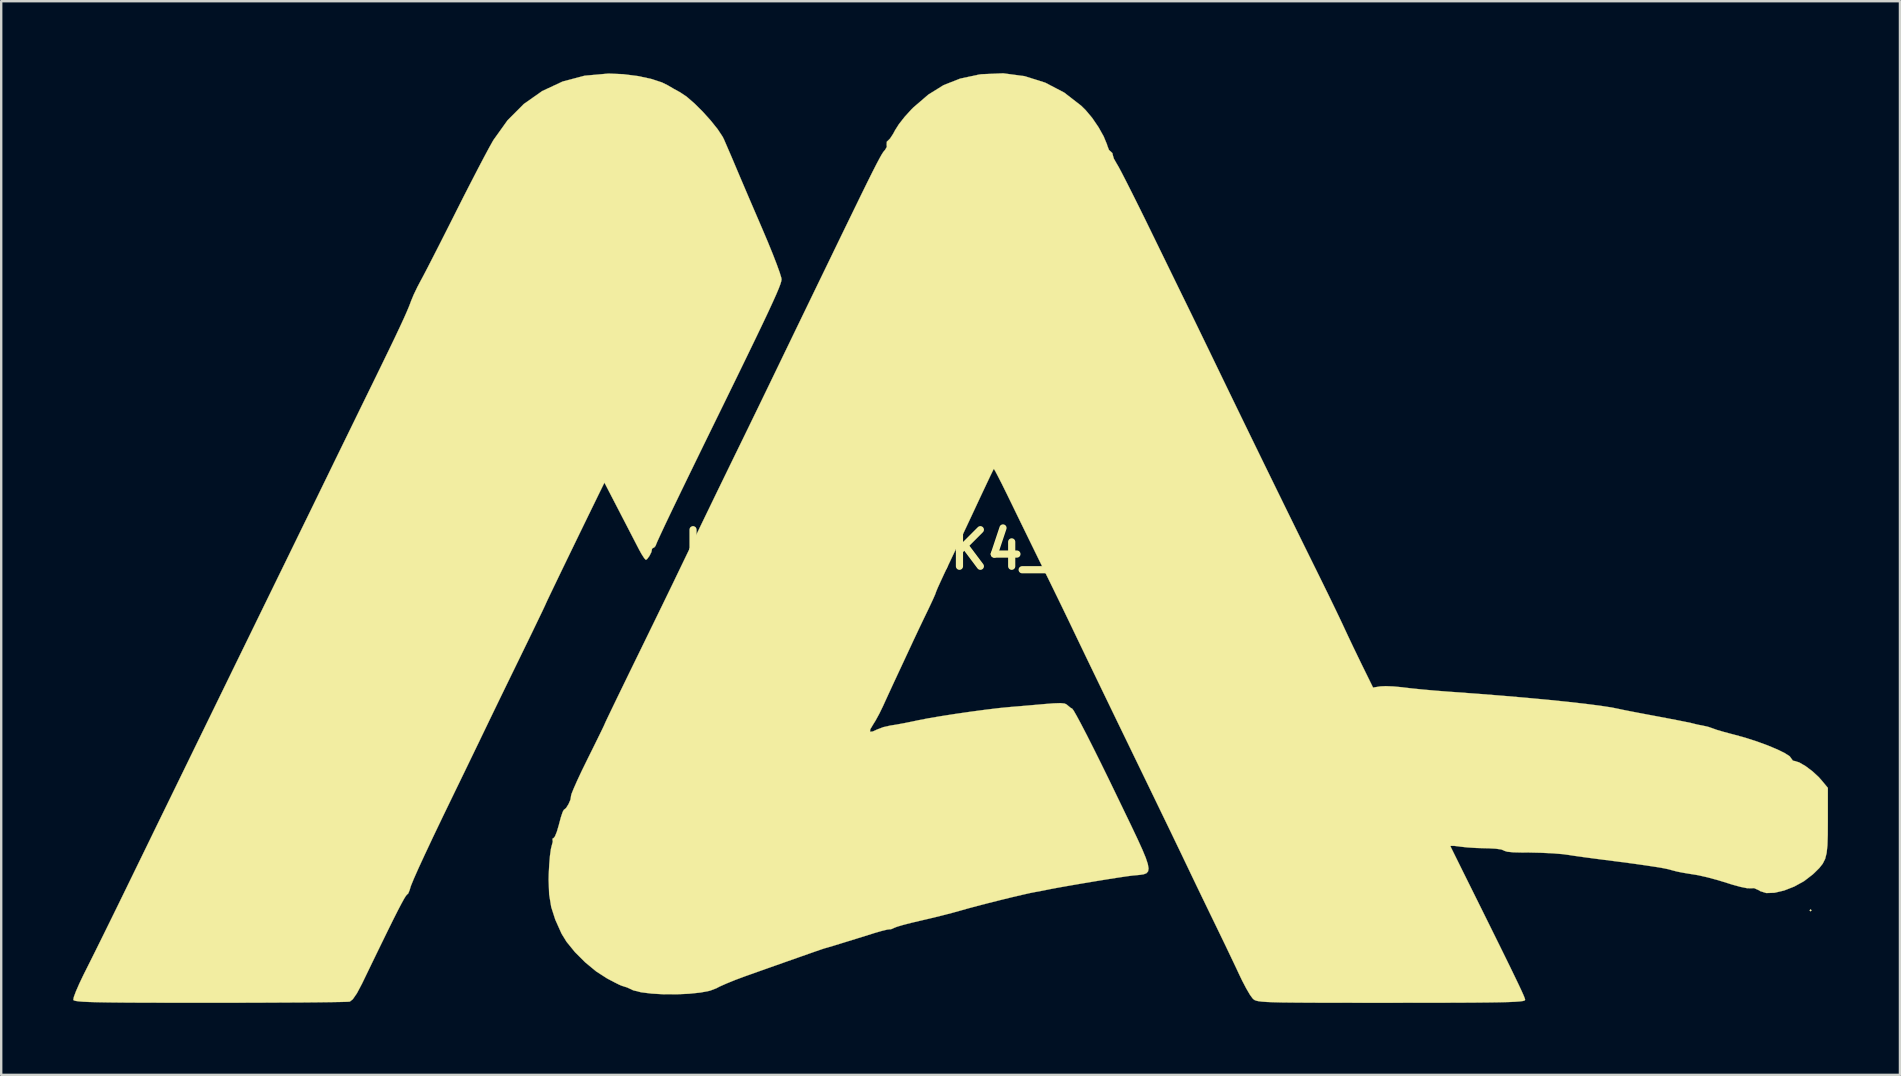
<source format=kicad_pcb>
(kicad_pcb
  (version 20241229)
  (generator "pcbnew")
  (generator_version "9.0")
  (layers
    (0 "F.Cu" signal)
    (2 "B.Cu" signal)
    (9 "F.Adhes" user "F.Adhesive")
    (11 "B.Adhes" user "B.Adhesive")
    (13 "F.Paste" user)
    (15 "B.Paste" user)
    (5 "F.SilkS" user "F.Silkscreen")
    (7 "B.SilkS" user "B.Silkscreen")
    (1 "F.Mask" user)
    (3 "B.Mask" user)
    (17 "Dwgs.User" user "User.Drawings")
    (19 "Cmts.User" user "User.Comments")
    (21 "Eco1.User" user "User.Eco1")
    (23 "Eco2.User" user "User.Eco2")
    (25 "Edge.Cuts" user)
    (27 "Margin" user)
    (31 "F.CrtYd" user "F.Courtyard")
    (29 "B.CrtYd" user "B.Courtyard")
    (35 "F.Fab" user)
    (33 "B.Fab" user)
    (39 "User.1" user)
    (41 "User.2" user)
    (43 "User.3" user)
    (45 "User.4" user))
  (footprint "Logo_MARK4_FSilks"
    (layer "F.Cu")
    (at 36.463 19.859)
    (property "Reference" "Logo_MARK4_FSilks" (at 0 0 0) (layer "F.SilkS") (effects (font (size 1.524 1.524) (thickness 0.3))))
    (attr through_hole)
    (fp_poly (pts (xy 35.983 15.028) (xy 35.941 15.071) (xy 35.899 15.028) (xy 35.941 14.986) (xy 35.983 15.028)) (stroke (width 0.01) (type solid)) (fill yes) (layer "F.SilkS"))
    (fp_poly (pts (xy -13.538 -19.817) (xy -12.939 -19.741) (xy -12.388 -19.624) (xy -11.929 -19.475) (xy -11.688 -19.356) (xy -11.435 -19.208) (xy -11.2 -19.079) (xy -11.169 -19.062) (xy -10.903 -18.885) (xy -10.579 -18.605) (xy -10.231 -18.26) (xy -9.895 -17.887) (xy -9.606 -17.526) (xy -9.399 -17.213) (xy -9.344 -17.105) (xy -9.224 -16.827) (xy -9.11 -16.563) (xy -9.105 -16.552) (xy -9.014 -16.342) (xy -8.888 -16.043) (xy -8.763 -15.748) (xy -8.662 -15.509) (xy -8.507 -15.146) (xy -8.312 -14.689) (xy -8.088 -14.168) (xy -7.85 -13.615) (xy -7.738 -13.354) (xy -7.512 -12.821) (xy -7.311 -12.328) (xy -7.145 -11.899) (xy -7.023 -11.561) (xy -6.954 -11.337) (xy -6.943 -11.269) (xy -6.954 -11.191) (xy -6.991 -11.068) (xy -7.059 -10.889) (xy -7.162 -10.645) (xy -7.305 -10.326) (xy -7.492 -9.921) (xy -7.728 -9.421) (xy -8.018 -8.816) (xy -8.366 -8.097) (xy -8.776 -7.253) (xy -9.254 -6.274) (xy -9.652 -5.461) (xy -10.209 -4.322) (xy -10.7 -3.314) (xy -11.124 -2.441) (xy -11.479 -1.704) (xy -11.764 -1.108) (xy -11.977 -0.653) (xy -12.119 -0.344) (xy -12.186 -0.182) (xy -12.192 -0.16) (xy -12.257 -0.087) (xy -12.277 -0.085) (xy -12.345 -0.038) (xy -12.343 -0.021) (xy -12.367 0.098) (xy -12.449 0.261) (xy -12.546 0.391) (xy -12.597 0.423) (xy -12.665 0.354) (xy -12.78 0.175) (xy -12.888 -0.021) (xy -13.01 -0.257) (xy -13.189 -0.603) (xy -13.404 -1.019) (xy -13.635 -1.464) (xy -13.721 -1.631) (xy -14.324 -2.796) (xy -14.522 -2.393) (xy -14.778 -1.868) (xy -15.053 -1.304) (xy -15.337 -0.721) (xy -15.619 -0.139) (xy -15.891 0.422) (xy -16.143 0.943) (xy -16.364 1.402) (xy -16.546 1.781) (xy -16.679 2.059) (xy -16.752 2.216) (xy -16.764 2.244) (xy -16.8 2.324) (xy -16.9 2.537) (xy -17.057 2.863) (xy -17.259 3.282) (xy -17.498 3.776) (xy -17.765 4.324) (xy -17.81 4.417) (xy -18.107 5.026) (xy -18.403 5.634) (xy -18.683 6.21) (xy -18.931 6.722) (xy -19.133 7.14) (xy -19.262 7.408) (xy -19.421 7.738) (xy -19.636 8.184) (xy -19.891 8.711) (xy -20.167 9.282) (xy -20.448 9.861) (xy -20.552 10.075) (xy -21.048 11.099) (xy -21.467 11.974) (xy -21.809 12.702) (xy -22.077 13.283) (xy -22.27 13.719) (xy -22.39 14.012) (xy -22.436 14.163) (xy -22.437 14.173) (xy -22.501 14.328) (xy -22.547 14.368) (xy -22.592 14.418) (xy -22.666 14.535) (xy -22.774 14.73) (xy -22.923 15.014) (xy -23.117 15.397) (xy -23.361 15.891) (xy -23.662 16.507) (xy -24.025 17.254) (xy -24.43 18.092) (xy -24.637 18.483) (xy -24.81 18.734) (xy -24.934 18.832) (xy -25.046 18.84) (xy -25.313 18.847) (xy -25.72 18.854) (xy -26.253 18.861) (xy -26.898 18.867) (xy -27.64 18.871) (xy -28.465 18.875) (xy -29.358 18.878) (xy -30.305 18.879) (xy -30.758 18.88) (xy -31.893 18.879) (xy -32.871 18.878) (xy -33.702 18.876) (xy -34.398 18.872) (xy -34.969 18.866) (xy -35.429 18.858) (xy -35.787 18.848) (xy -36.056 18.836) (xy -36.246 18.82) (xy -36.369 18.802) (xy -36.436 18.781) (xy -36.458 18.76) (xy -36.438 18.645) (xy -36.351 18.411) (xy -36.21 18.087) (xy -36.028 17.705) (xy -35.952 17.554) (xy -35.774 17.199) (xy -35.536 16.722) (xy -35.254 16.152) (xy -34.942 15.518) (xy -34.615 14.852) (xy -34.288 14.182) (xy -34.185 13.97) (xy -33.853 13.289) (xy -33.457 12.477) (xy -33.009 11.556) (xy -32.517 10.548) (xy -31.993 9.474) (xy -31.448 8.356) (xy -30.891 7.215) (xy -30.333 6.072) (xy -29.786 4.95) (xy -29.258 3.87) (xy -28.762 2.854) (xy -28.307 1.922) (xy -27.904 1.097) (xy -27.781 0.847) (xy -27.449 0.166) (xy -27.077 -0.596) (xy -26.691 -1.386) (xy -26.318 -2.15) (xy -25.986 -2.832) (xy -25.901 -3.006) (xy -25.586 -3.654) (xy -25.222 -4.399) (xy -24.837 -5.187) (xy -24.458 -5.963) (xy -24.111 -6.673) (xy -24.02 -6.858) (xy -23.63 -7.657) (xy -23.308 -8.321) (xy -23.046 -8.865) (xy -22.838 -9.306) (xy -22.675 -9.659) (xy -22.551 -9.94) (xy -22.457 -10.165) (xy -22.387 -10.35) (xy -22.382 -10.365) (xy -22.276 -10.621) (xy -22.121 -10.945) (xy -21.979 -11.214) (xy -21.869 -11.419) (xy -21.695 -11.752) (xy -21.471 -12.189) (xy -21.207 -12.706) (xy -20.916 -13.28) (xy -20.61 -13.886) (xy -20.504 -14.097) (xy -20.192 -14.716) (xy -19.885 -15.315) (xy -19.598 -15.87) (xy -19.343 -16.356) (xy -19.133 -16.747) (xy -18.981 -17.02) (xy -18.948 -17.076) (xy -18.363 -17.894) (xy -17.683 -18.576) (xy -16.915 -19.116) (xy -16.068 -19.511) (xy -15.15 -19.754) (xy -14.168 -19.842) (xy -14.139 -19.843) (xy -13.538 -19.817)) (stroke (width 0.01) (type solid)) (fill yes) (layer "F.SilkS"))
    (fp_poly (pts (xy 3.188 -19.735) (xy 4.044 -19.465) (xy 4.836 -19.052) (xy 5.545 -18.503) (xy 5.727 -18.324) (xy 6.001 -17.998) (xy 6.264 -17.613) (xy 6.481 -17.226) (xy 6.62 -16.89) (xy 6.637 -16.828) (xy 6.703 -16.659) (xy 6.775 -16.595) (xy 6.847 -16.526) (xy 6.858 -16.46) (xy 6.905 -16.3) (xy 7.018 -16.1) (xy 7.023 -16.092) (xy 7.1 -15.961) (xy 7.241 -15.697) (xy 7.434 -15.321) (xy 7.67 -14.854) (xy 7.938 -14.317) (xy 8.229 -13.728) (xy 8.383 -13.412) (xy 8.705 -12.752) (xy 9.031 -12.084) (xy 9.346 -11.438) (xy 9.635 -10.846) (xy 9.884 -10.337) (xy 10.077 -9.942) (xy 10.115 -9.864) (xy 10.337 -9.408) (xy 10.606 -8.853) (xy 10.898 -8.251) (xy 11.186 -7.655) (xy 11.367 -7.281) (xy 11.761 -6.467) (xy 12.199 -5.565) (xy 12.666 -4.605) (xy 13.148 -3.616) (xy 13.63 -2.63) (xy 14.098 -1.674) (xy 14.537 -0.78) (xy 14.933 0.024) (xy 15.271 0.708) (xy 15.298 0.762) (xy 15.566 1.306) (xy 15.834 1.853) (xy 16.083 2.366) (xy 16.295 2.807) (xy 16.452 3.139) (xy 16.468 3.175) (xy 16.66 3.586) (xy 16.892 4.075) (xy 17.13 4.567) (xy 17.263 4.841) (xy 17.708 5.745) (xy 18.006 5.696) (xy 18.234 5.685) (xy 18.563 5.698) (xy 18.931 5.733) (xy 18.995 5.742) (xy 19.331 5.781) (xy 19.785 5.827) (xy 20.305 5.873) (xy 20.842 5.915) (xy 21.04 5.929) (xy 22.107 6.007) (xy 23.139 6.089) (xy 24.118 6.173) (xy 25.029 6.258) (xy 25.855 6.343) (xy 26.579 6.425) (xy 27.184 6.503) (xy 27.654 6.575) (xy 27.972 6.64) (xy 27.982 6.642) (xy 28.121 6.672) (xy 28.393 6.726) (xy 28.767 6.798) (xy 29.211 6.882) (xy 29.506 6.937) (xy 29.976 7.026) (xy 30.397 7.107) (xy 30.737 7.175) (xy 30.962 7.222) (xy 31.03 7.239) (xy 31.241 7.291) (xy 31.454 7.331) (xy 31.7 7.389) (xy 31.877 7.451) (xy 32.036 7.508) (xy 32.308 7.588) (xy 32.643 7.678) (xy 32.749 7.705) (xy 33.231 7.838) (xy 33.711 7.993) (xy 34.163 8.159) (xy 34.559 8.325) (xy 34.871 8.479) (xy 35.073 8.61) (xy 35.137 8.699) (xy 35.206 8.791) (xy 35.274 8.805) (xy 35.466 8.863) (xy 35.726 9.014) (xy 36.012 9.227) (xy 36.276 9.47) (xy 36.387 9.594) (xy 36.661 9.924) (xy 36.661 11.316) (xy 36.658 11.886) (xy 36.644 12.317) (xy 36.61 12.64) (xy 36.548 12.886) (xy 36.448 13.085) (xy 36.302 13.269) (xy 36.102 13.467) (xy 36.03 13.534) (xy 35.67 13.811) (xy 35.261 14.037) (xy 34.839 14.202) (xy 34.439 14.296) (xy 34.094 14.308) (xy 33.84 14.228) (xy 33.799 14.197) (xy 33.586 14.102) (xy 33.461 14.11) (xy 33.296 14.106) (xy 33.015 14.049) (xy 32.659 13.951) (xy 32.491 13.897) (xy 32.072 13.768) (xy 31.638 13.651) (xy 31.262 13.566) (xy 31.157 13.548) (xy 30.801 13.491) (xy 30.559 13.449) (xy 30.378 13.412) (xy 30.206 13.368) (xy 30.014 13.315) (xy 29.829 13.276) (xy 29.506 13.221) (xy 29.077 13.156) (xy 28.573 13.084) (xy 28.026 13.012) (xy 27.898 12.995) (xy 27.355 12.926) (xy 26.859 12.861) (xy 26.437 12.805) (xy 26.119 12.76) (xy 25.932 12.732) (xy 25.908 12.727) (xy 25.618 12.687) (xy 25.205 12.653) (xy 24.715 12.63) (xy 24.195 12.618) (xy 23.905 12.619) (xy 23.557 12.611) (xy 23.298 12.585) (xy 23.166 12.543) (xy 23.159 12.535) (xy 23.053 12.492) (xy 22.818 12.459) (xy 22.496 12.442) (xy 22.411 12.441) (xy 22.019 12.43) (xy 21.635 12.406) (xy 21.335 12.373) (xy 21.312 12.369) (xy 21.084 12.341) (xy 20.949 12.341) (xy 20.931 12.355) (xy 20.975 12.445) (xy 21.081 12.66) (xy 21.238 12.977) (xy 21.432 13.37) (xy 21.626 13.76) (xy 22.12 14.755) (xy 22.543 15.609) (xy 22.901 16.333) (xy 23.199 16.937) (xy 23.442 17.433) (xy 23.635 17.832) (xy 23.784 18.142) (xy 23.894 18.377) (xy 23.97 18.546) (xy 24.017 18.66) (xy 24.04 18.729) (xy 24.045 18.761) (xy 24.026 18.785) (xy 23.959 18.806) (xy 23.835 18.823) (xy 23.641 18.838) (xy 23.366 18.85) (xy 22.999 18.86) (xy 22.529 18.867) (xy 21.944 18.873) (xy 21.233 18.877) (xy 20.385 18.879) (xy 19.387 18.88) (xy 18.457 18.881) (xy 17.349 18.881) (xy 16.397 18.88) (xy 15.589 18.879) (xy 14.914 18.876) (xy 14.358 18.872) (xy 13.91 18.867) (xy 13.556 18.858) (xy 13.285 18.847) (xy 13.083 18.833) (xy 12.94 18.816) (xy 12.841 18.794) (xy 12.775 18.769) (xy 12.73 18.738) (xy 12.692 18.703) (xy 12.691 18.702) (xy 12.579 18.549) (xy 12.424 18.285) (xy 12.251 17.954) (xy 12.153 17.75) (xy 11.988 17.398) (xy 11.771 16.942) (xy 11.526 16.43) (xy 11.275 15.911) (xy 11.155 15.663) (xy 10.898 15.134) (xy 10.624 14.567) (xy 10.358 14.016) (xy 10.129 13.539) (xy 10.052 13.377) (xy 9.943 13.149) (xy 9.836 12.926) (xy 9.725 12.693) (xy 9.603 12.44) (xy 9.464 12.151) (xy 9.302 11.814) (xy 9.109 11.415) (xy 8.88 10.942) (xy 8.609 10.381) (xy 8.289 9.72) (xy 7.913 8.944) (xy 7.475 8.04) (xy 7.025 7.112) (xy 6.69 6.419) (xy 6.358 5.732) (xy 6.041 5.076) (xy 5.751 4.475) (xy 5.501 3.955) (xy 5.303 3.542) (xy 5.188 3.302) (xy 4.985 2.878) (xy 4.733 2.356) (xy 4.457 1.79) (xy 4.185 1.233) (xy 4.057 0.974) (xy 3.786 0.424) (xy 3.472 -0.218) (xy 3.144 -0.89) (xy 2.831 -1.532) (xy 2.658 -1.889) (xy 2.434 -2.347) (xy 2.236 -2.748) (xy 2.073 -3.066) (xy 1.96 -3.281) (xy 1.905 -3.369) (xy 1.903 -3.37) (xy 1.861 -3.289) (xy 1.759 -3.079) (xy 1.61 -2.764) (xy 1.424 -2.37) (xy 1.226 -1.947) (xy 0.965 -1.388) (xy 0.678 -0.778) (xy 0.393 -0.175) (xy 0.138 0.362) (xy 0.034 0.582) (xy -0.157 0.983) (xy -0.317 1.329) (xy -0.436 1.591) (xy -0.499 1.743) (xy -0.507 1.767) (xy -0.541 1.862) (xy -0.633 2.071) (xy -0.767 2.357) (xy -0.834 2.498) (xy -1.026 2.895) (xy -1.228 3.318) (xy -1.4 3.684) (xy -1.42 3.725) (xy -1.566 4.039) (xy -1.755 4.445) (xy -1.959 4.883) (xy -2.091 5.165) (xy -2.282 5.575) (xy -2.47 5.983) (xy -2.63 6.331) (xy -2.714 6.516) (xy -2.866 6.829) (xy -3.029 7.127) (xy -3.116 7.266) (xy -3.246 7.485) (xy -3.256 7.586) (xy -3.144 7.576) (xy -2.971 7.497) (xy -2.697 7.392) (xy -2.399 7.326) (xy -2.391 7.325) (xy -2.167 7.29) (xy -1.835 7.229) (xy -1.45 7.151) (xy -1.27 7.112) (xy -0.854 7.031) (xy -0.316 6.939) (xy 0.298 6.843) (xy 0.943 6.75) (xy 1.571 6.666) (xy 2.137 6.598) (xy 2.596 6.554) (xy 2.625 6.551) (xy 2.915 6.528) (xy 3.31 6.494) (xy 3.746 6.456) (xy 3.979 6.435) (xy 4.401 6.402) (xy 4.683 6.393) (xy 4.854 6.41) (xy 4.943 6.453) (xy 4.953 6.464) (xy 5.109 6.592) (xy 5.168 6.621) (xy 5.231 6.705) (xy 5.358 6.927) (xy 5.542 7.269) (xy 5.775 7.717) (xy 6.047 8.255) (xy 6.351 8.866) (xy 6.68 9.536) (xy 6.9 9.99) (xy 7.298 10.814) (xy 7.628 11.498) (xy 7.892 12.055) (xy 8.094 12.498) (xy 8.236 12.841) (xy 8.321 13.098) (xy 8.352 13.282) (xy 8.332 13.405) (xy 8.264 13.482) (xy 8.151 13.526) (xy 7.995 13.55) (xy 7.801 13.568) (xy 7.683 13.579) (xy 7.445 13.61) (xy 7.077 13.665) (xy 6.617 13.737) (xy 6.103 13.821) (xy 5.572 13.91) (xy 5.061 13.998) (xy 4.608 14.078) (xy 4.25 14.145) (xy 4.064 14.183) (xy 3.802 14.235) (xy 3.641 14.263) (xy 3.425 14.305) (xy 3.083 14.382) (xy 2.653 14.483) (xy 2.172 14.601) (xy 1.679 14.725) (xy 1.209 14.847) (xy 0.802 14.956) (xy 0.55 15.028) (xy 0.181 15.13) (xy -0.286 15.251) (xy -0.786 15.373) (xy -1.143 15.456) (xy -1.543 15.55) (xy -1.885 15.639) (xy -2.134 15.713) (xy -2.255 15.761) (xy -2.256 15.762) (xy -2.388 15.819) (xy -2.425 15.817) (xy -2.535 15.83) (xy -2.762 15.885) (xy -3.061 15.971) (xy -3.133 15.994) (xy -3.825 16.21) (xy -4.366 16.377) (xy -4.762 16.499) (xy -5.025 16.577) (xy -5.162 16.615) (xy -5.165 16.616) (xy -5.257 16.647) (xy -5.485 16.725) (xy -5.822 16.843) (xy -6.245 16.992) (xy -6.728 17.162) (xy -7.246 17.345) (xy -7.775 17.532) (xy -8.289 17.715) (xy -8.467 17.778) (xy -8.864 17.926) (xy -9.233 18.076) (xy -9.526 18.206) (xy -9.661 18.277) (xy -9.926 18.378) (xy -10.316 18.454) (xy -10.793 18.504) (xy -11.318 18.528) (xy -11.851 18.527) (xy -12.356 18.498) (xy -12.793 18.444) (xy -13.123 18.362) (xy -13.25 18.302) (xy -13.381 18.241) (xy -13.399 18.236) (xy -13.504 18.203) (xy -13.61 18.169) (xy -13.711 18.126) (xy -13.918 18.022) (xy -14.188 17.88) (xy -14.217 17.864) (xy -14.666 17.575) (xy -15.125 17.196) (xy -15.551 16.771) (xy -15.902 16.34) (xy -16.11 16.002) (xy -16.372 15.418) (xy -16.541 14.893) (xy -16.628 14.362) (xy -16.65 13.757) (xy -16.645 13.52) (xy -16.624 13.113) (xy -16.593 12.749) (xy -16.555 12.474) (xy -16.525 12.349) (xy -16.477 12.171) (xy -16.487 12.074) (xy -16.476 12.026) (xy -16.449 12.023) (xy -16.386 11.947) (xy -16.305 11.747) (xy -16.222 11.464) (xy -16.214 11.43) (xy -16.136 11.141) (xy -16.065 10.93) (xy -16.015 10.838) (xy -16.011 10.837) (xy -15.925 10.768) (xy -15.823 10.607) (xy -15.742 10.423) (xy -15.718 10.287) (xy -15.72 10.277) (xy -15.695 10.175) (xy -15.603 9.947) (xy -15.457 9.618) (xy -15.268 9.214) (xy -15.045 8.76) (xy -15.032 8.732) (xy -14.807 8.28) (xy -14.611 7.882) (xy -14.454 7.562) (xy -14.35 7.345) (xy -14.309 7.253) (xy -14.309 7.252) (xy -14.273 7.171) (xy -14.171 6.956) (xy -14.012 6.625) (xy -13.805 6.196) (xy -13.557 5.686) (xy -13.279 5.114) (xy -13.072 4.69) (xy -12.748 4.027) (xy -12.424 3.362) (xy -12.113 2.725) (xy -11.83 2.143) (xy -11.588 1.645) (xy -11.401 1.259) (xy -11.346 1.143) (xy -10.907 0.232) (xy -10.528 -0.554) (xy -10.196 -1.242) (xy -9.898 -1.858) (xy -9.621 -2.43) (xy -9.351 -2.985) (xy -9.076 -3.55) (xy -8.805 -4.106) (xy -8.513 -4.704) (xy -8.205 -5.337) (xy -7.902 -5.96) (xy -7.627 -6.528) (xy -7.4 -6.997) (xy -7.365 -7.07) (xy -7.129 -7.558) (xy -6.847 -8.142) (xy -6.545 -8.767) (xy -6.25 -9.377) (xy -6.076 -9.737) (xy -5.795 -10.317) (xy -5.485 -10.958) (xy -5.174 -11.6) (xy -4.89 -12.185) (xy -4.744 -12.488) (xy -4.303 -13.397) (xy -3.93 -14.164) (xy -3.619 -14.802) (xy -3.363 -15.323) (xy -3.156 -15.738) (xy -2.993 -16.058) (xy -2.867 -16.296) (xy -2.774 -16.463) (xy -2.706 -16.57) (xy -2.658 -16.631) (xy -2.64 -16.646) (xy -2.556 -16.786) (xy -2.563 -16.872) (xy -2.557 -17.004) (xy -2.513 -17.043) (xy -2.42 -17.136) (xy -2.292 -17.332) (xy -2.21 -17.485) (xy -2.053 -17.733) (xy -1.814 -18.038) (xy -1.535 -18.345) (xy -1.449 -18.431) (xy -0.823 -18.969) (xy -0.187 -19.363) (xy 0.501 -19.633) (xy 1.285 -19.801) (xy 1.382 -19.815) (xy 2.294 -19.854) (xy 3.188 -19.735)) (stroke (width 0.01) (type solid)) (fill yes) (layer "F.SilkS")))
  (gr_rect
    (start -3 -3)
    (end 76.129 41.745)
    (stroke (width 0.1) (type default))
    (fill no)
    (layer "Edge.Cuts")))
</source>
